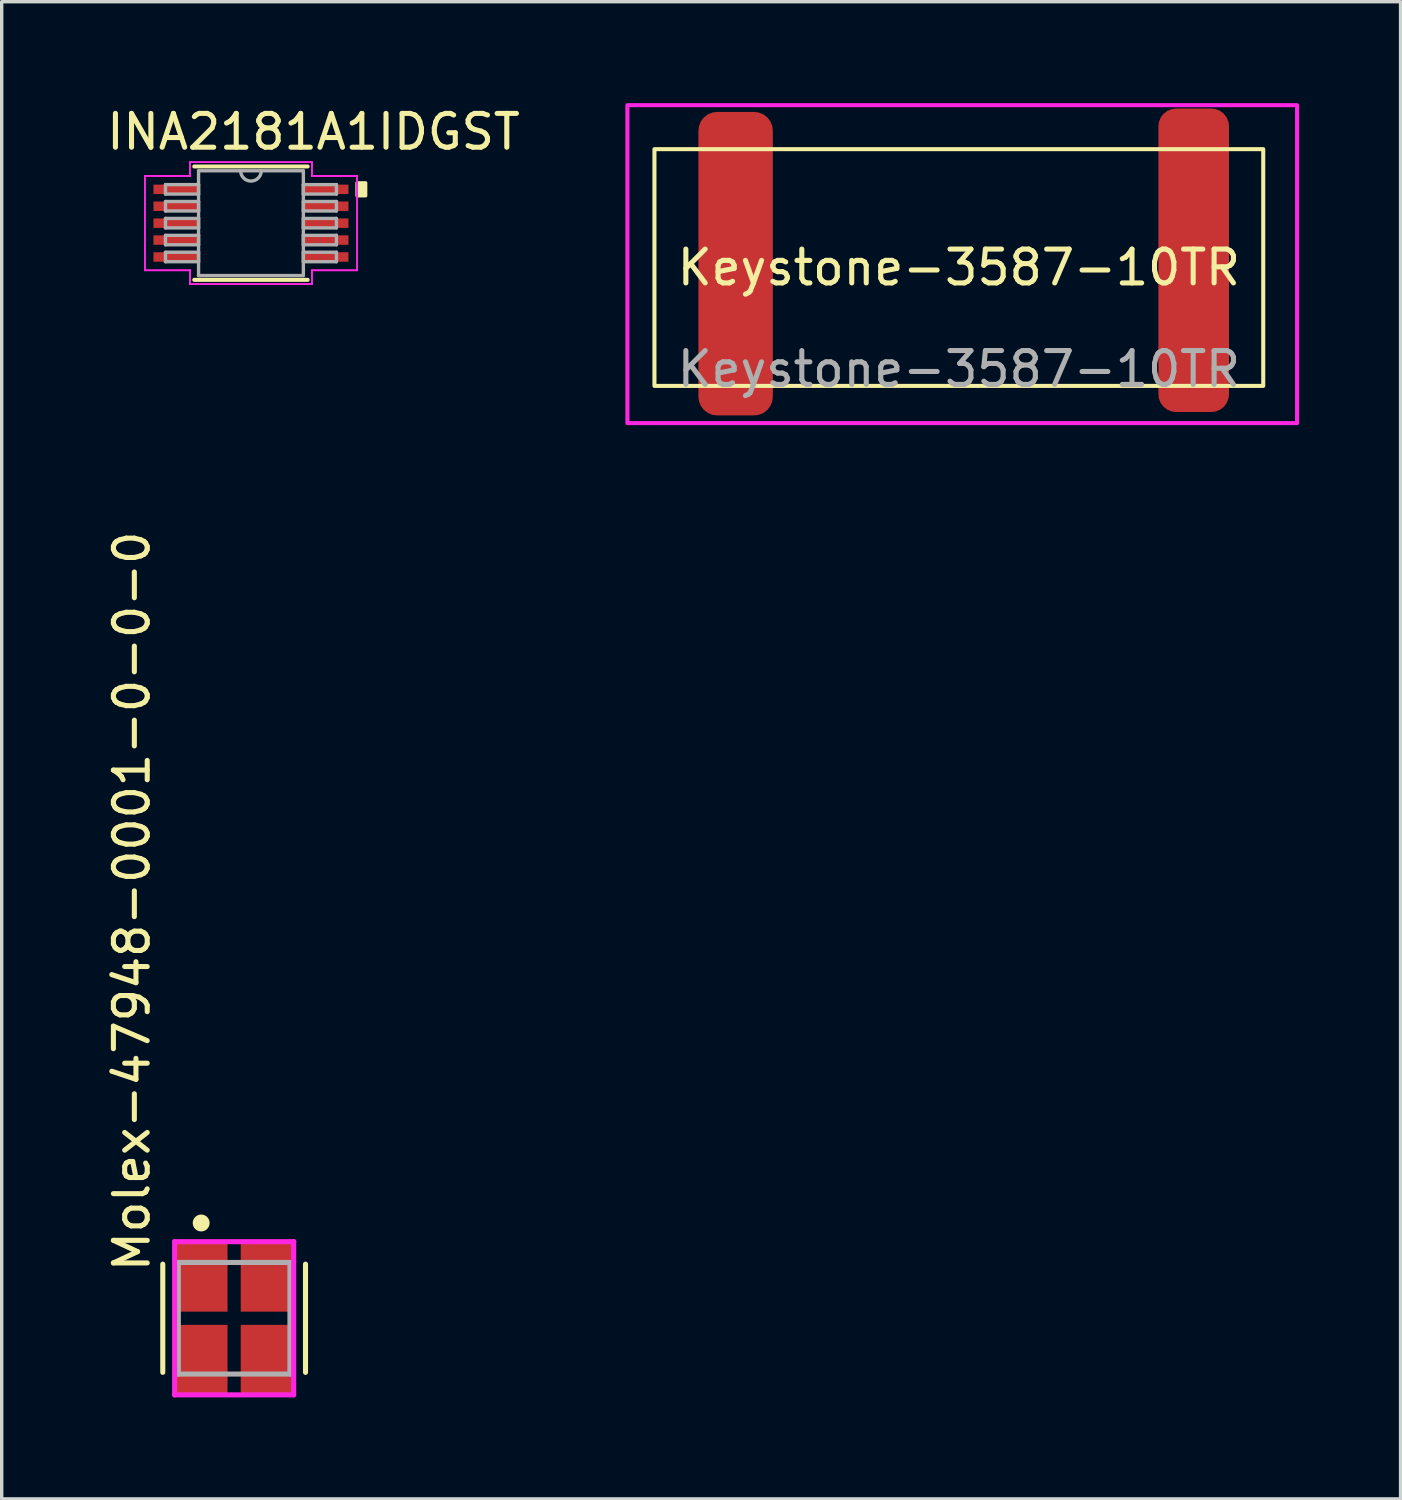
<source format=kicad_pcb>
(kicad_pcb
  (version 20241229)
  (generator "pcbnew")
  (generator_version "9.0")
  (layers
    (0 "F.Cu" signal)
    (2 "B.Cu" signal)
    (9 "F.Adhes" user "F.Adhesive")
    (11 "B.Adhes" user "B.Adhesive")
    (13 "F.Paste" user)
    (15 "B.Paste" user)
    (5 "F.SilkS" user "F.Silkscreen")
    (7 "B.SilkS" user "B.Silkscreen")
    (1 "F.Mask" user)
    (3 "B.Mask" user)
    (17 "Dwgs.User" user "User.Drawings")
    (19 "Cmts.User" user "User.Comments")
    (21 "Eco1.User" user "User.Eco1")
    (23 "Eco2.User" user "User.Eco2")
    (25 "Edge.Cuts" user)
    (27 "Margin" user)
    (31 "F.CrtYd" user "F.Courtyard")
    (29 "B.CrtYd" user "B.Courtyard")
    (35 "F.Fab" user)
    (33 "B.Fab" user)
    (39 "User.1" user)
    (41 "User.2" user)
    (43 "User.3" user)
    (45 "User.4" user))
  (footprint "Keystone-3587-10TR"
    (layer "F.Cu")
    (at 25.3 5.36)
    (property "Reference" "Keystone-3587-10TR" (at 0 -0.5 0) (unlocked yes) (layer "F.SilkS") (effects (font (size 1 1) (thickness 0.15))))
    (attr smd)
    (fp_rect (start -9 -4) (end 9 3) (stroke (width 0.12) (type solid)) (fill no) (layer "F.SilkS"))
    (fp_rect (start 10 4.1) (end -9.8 -5.3) (stroke (width 0.12) (type solid)) (fill no) (layer "F.CrtYd"))
    (fp_text user "${REFERENCE}" (at 0 2.5 0) (unlocked yes) (layer "F.Fab") (effects (font (size 1 1) (thickness 0.15))))
    (pad "1" smd roundrect (at -6.6 -0.614) (size 2.2 8.972) (layers "F.Cu" "F.Mask" "F.Paste") (roundrect_rratio 0.25))
    (pad "2" smd roundrect (at 6.944 -0.714) (size 2.087 8.972) (layers "F.Cu" "F.Mask" "F.Paste") (roundrect_rratio 0.25)))
  (footprint "INA2181A1IDGST"
    (layer "F.Cu")
    (at 4.37 3.548)
    (property "Reference" "INA2181A1IDGST" (at 1.85 -2.7 0) (layer "F.SilkS") (effects (font (size 1 1) (thickness 0.15))))
    (attr through_hole)
    (fp_line (start -1.676 1.676) (end 1.676 1.676) (stroke (width 0.12) (type solid)) (layer "F.SilkS"))
    (fp_line (start 1.676 -1.676) (end -1.676 -1.676) (stroke (width 0.12) (type solid)) (layer "F.SilkS"))
    (fp_poly (pts (xy 3.391 -1.191) (xy 3.391 -0.81) (xy 3.137 -0.81) (xy 3.137 -1.191)) (stroke (width 0.1) (type solid)) (fill yes) (layer "F.SilkS"))
    (fp_line (start -3.137 -1.394) (end -1.803 -1.394) (stroke (width 0.05) (type solid)) (layer "F.CrtYd"))
    (fp_line (start -3.137 -1.394) (end -1.803 -1.394) (stroke (width 0.05) (type solid)) (layer "F.CrtYd"))
    (fp_line (start -3.137 1.394) (end -3.137 -1.394) (stroke (width 0.05) (type solid)) (layer "F.CrtYd"))
    (fp_line (start -3.137 1.394) (end -3.137 -1.394) (stroke (width 0.05) (type solid)) (layer "F.CrtYd"))
    (fp_line (start -3.137 1.394) (end -1.803 1.394) (stroke (width 0.05) (type solid)) (layer "F.CrtYd"))
    (fp_line (start -1.803 -1.803) (end 1.803 -1.803) (stroke (width 0.05) (type solid)) (layer "F.CrtYd"))
    (fp_line (start -1.803 -1.803) (end 1.803 -1.803) (stroke (width 0.05) (type solid)) (layer "F.CrtYd"))
    (fp_line (start -1.803 -1.394) (end -1.803 -1.803) (stroke (width 0.05) (type solid)) (layer "F.CrtYd"))
    (fp_line (start -1.803 -1.394) (end -1.803 -1.803) (stroke (width 0.05) (type solid)) (layer "F.CrtYd"))
    (fp_line (start -1.803 1.394) (end -3.137 1.394) (stroke (width 0.05) (type solid)) (layer "F.CrtYd"))
    (fp_line (start -1.803 1.803) (end -1.803 1.394) (stroke (width 0.05) (type solid)) (layer "F.CrtYd"))
    (fp_line (start -1.803 1.803) (end -1.803 1.394) (stroke (width 0.05) (type solid)) (layer "F.CrtYd"))
    (fp_line (start 1.803 -1.803) (end 1.803 -1.394) (stroke (width 0.05) (type solid)) (layer "F.CrtYd"))
    (fp_line (start 1.803 -1.803) (end 1.803 -1.394) (stroke (width 0.05) (type solid)) (layer "F.CrtYd"))
    (fp_line (start 1.803 -1.394) (end 3.137 -1.394) (stroke (width 0.05) (type solid)) (layer "F.CrtYd"))
    (fp_line (start 1.803 1.394) (end 1.803 1.803) (stroke (width 0.05) (type solid)) (layer "F.CrtYd"))
    (fp_line (start 1.803 1.394) (end 1.803 1.803) (stroke (width 0.05) (type solid)) (layer "F.CrtYd"))
    (fp_line (start 1.803 1.803) (end -1.803 1.803) (stroke (width 0.05) (type solid)) (layer "F.CrtYd"))
    (fp_line (start 1.803 1.803) (end -1.803 1.803) (stroke (width 0.05) (type solid)) (layer "F.CrtYd"))
    (fp_line (start 3.137 -1.394) (end 1.803 -1.394) (stroke (width 0.05) (type solid)) (layer "F.CrtYd"))
    (fp_line (start 3.137 -1.394) (end 3.137 1.394) (stroke (width 0.05) (type solid)) (layer "F.CrtYd"))
    (fp_line (start 3.137 -1.394) (end 3.137 1.394) (stroke (width 0.05) (type solid)) (layer "F.CrtYd"))
    (fp_line (start 3.137 1.394) (end 1.803 1.394) (stroke (width 0.05) (type solid)) (layer "F.CrtYd"))
    (fp_line (start 3.137 1.394) (end 1.803 1.394) (stroke (width 0.05) (type solid)) (layer "F.CrtYd"))
    (fp_line (start -2.527 -1.14) (end -2.527 -0.86) (stroke (width 0.1) (type solid)) (layer "F.Fab"))
    (fp_line (start -2.527 -0.86) (end -1.549 -0.86) (stroke (width 0.1) (type solid)) (layer "F.Fab"))
    (fp_line (start -2.527 -0.64) (end -2.527 -0.36) (stroke (width 0.1) (type solid)) (layer "F.Fab"))
    (fp_line (start -2.527 -0.36) (end -1.549 -0.36) (stroke (width 0.1) (type solid)) (layer "F.Fab"))
    (fp_line (start -2.527 -0.14) (end -2.527 0.14) (stroke (width 0.1) (type solid)) (layer "F.Fab"))
    (fp_line (start -2.527 0.14) (end -1.549 0.14) (stroke (width 0.1) (type solid)) (layer "F.Fab"))
    (fp_line (start -2.527 0.36) (end -2.527 0.64) (stroke (width 0.1) (type solid)) (layer "F.Fab"))
    (fp_line (start -2.527 0.64) (end -1.549 0.64) (stroke (width 0.1) (type solid)) (layer "F.Fab"))
    (fp_line (start -2.527 0.86) (end -2.527 1.14) (stroke (width 0.1) (type solid)) (layer "F.Fab"))
    (fp_line (start -2.527 1.14) (end -1.549 1.14) (stroke (width 0.1) (type solid)) (layer "F.Fab"))
    (fp_line (start -1.549 -1.549) (end -1.549 1.549) (stroke (width 0.1) (type solid)) (layer "F.Fab"))
    (fp_line (start -1.549 -1.14) (end -2.527 -1.14) (stroke (width 0.1) (type solid)) (layer "F.Fab"))
    (fp_line (start -1.549 -0.86) (end -1.549 -1.14) (stroke (width 0.1) (type solid)) (layer "F.Fab"))
    (fp_line (start -1.549 -0.64) (end -2.527 -0.64) (stroke (width 0.1) (type solid)) (layer "F.Fab"))
    (fp_line (start -1.549 -0.36) (end -1.549 -0.64) (stroke (width 0.1) (type solid)) (layer "F.Fab"))
    (fp_line (start -1.549 -0.14) (end -2.527 -0.14) (stroke (width 0.1) (type solid)) (layer "F.Fab"))
    (fp_line (start -1.549 0.14) (end -1.549 -0.14) (stroke (width 0.1) (type solid)) (layer "F.Fab"))
    (fp_line (start -1.549 0.36) (end -2.527 0.36) (stroke (width 0.1) (type solid)) (layer "F.Fab"))
    (fp_line (start -1.549 0.64) (end -1.549 0.36) (stroke (width 0.1) (type solid)) (layer "F.Fab"))
    (fp_line (start -1.549 0.86) (end -2.527 0.86) (stroke (width 0.1) (type solid)) (layer "F.Fab"))
    (fp_line (start -1.549 1.14) (end -1.549 0.86) (stroke (width 0.1) (type solid)) (layer "F.Fab"))
    (fp_line (start -1.549 1.549) (end 1.549 1.549) (stroke (width 0.1) (type solid)) (layer "F.Fab"))
    (fp_line (start 1.549 -1.549) (end -1.549 -1.549) (stroke (width 0.1) (type solid)) (layer "F.Fab"))
    (fp_line (start 1.549 -1.14) (end 1.549 -0.86) (stroke (width 0.1) (type solid)) (layer "F.Fab"))
    (fp_line (start 1.549 -0.86) (end 2.527 -0.86) (stroke (width 0.1) (type solid)) (layer "F.Fab"))
    (fp_line (start 1.549 -0.64) (end 1.549 -0.36) (stroke (width 0.1) (type solid)) (layer "F.Fab"))
    (fp_line (start 1.549 -0.36) (end 2.527 -0.36) (stroke (width 0.1) (type solid)) (layer "F.Fab"))
    (fp_line (start 1.549 -0.14) (end 1.549 0.14) (stroke (width 0.1) (type solid)) (layer "F.Fab"))
    (fp_line (start 1.549 0.14) (end 2.527 0.14) (stroke (width 0.1) (type solid)) (layer "F.Fab"))
    (fp_line (start 1.549 0.36) (end 1.549 0.64) (stroke (width 0.1) (type solid)) (layer "F.Fab"))
    (fp_line (start 1.549 0.64) (end 2.527 0.64) (stroke (width 0.1) (type solid)) (layer "F.Fab"))
    (fp_line (start 1.549 0.86) (end 1.549 1.14) (stroke (width 0.1) (type solid)) (layer "F.Fab"))
    (fp_line (start 1.549 1.14) (end 2.527 1.14) (stroke (width 0.1) (type solid)) (layer "F.Fab"))
    (fp_line (start 1.549 1.549) (end 1.549 -1.549) (stroke (width 0.1) (type solid)) (layer "F.Fab"))
    (fp_line (start 2.527 -1.14) (end 1.549 -1.14) (stroke (width 0.1) (type solid)) (layer "F.Fab"))
    (fp_line (start 2.527 -0.86) (end 2.527 -1.14) (stroke (width 0.1) (type solid)) (layer "F.Fab"))
    (fp_line (start 2.527 -0.64) (end 1.549 -0.64) (stroke (width 0.1) (type solid)) (layer "F.Fab"))
    (fp_line (start 2.527 -0.36) (end 2.527 -0.64) (stroke (width 0.1) (type solid)) (layer "F.Fab"))
    (fp_line (start 2.527 -0.14) (end 1.549 -0.14) (stroke (width 0.1) (type solid)) (layer "F.Fab"))
    (fp_line (start 2.527 0.14) (end 2.527 -0.14) (stroke (width 0.1) (type solid)) (layer "F.Fab"))
    (fp_line (start 2.527 0.36) (end 1.549 0.36) (stroke (width 0.1) (type solid)) (layer "F.Fab"))
    (fp_line (start 2.527 0.64) (end 2.527 0.36) (stroke (width 0.1) (type solid)) (layer "F.Fab"))
    (fp_line (start 2.527 0.86) (end 1.549 0.86) (stroke (width 0.1) (type solid)) (layer "F.Fab"))
    (fp_line (start 2.527 1.14) (end 2.527 0.86) (stroke (width 0.1) (type solid)) (layer "F.Fab"))
    (fp_arc (start 0.3048 -1.5494) (mid 0 -1.2446) (end -0.3048 -1.5494) (stroke (width 0.1) (type solid)) (layer "F.Fab"))
    (pad "1" smd rect (at -2.216 -1) (size 1.333 0.279) (layers "F.Cu" "F.Mask" "F.Paste"))
    (pad "2" smd rect (at -2.216 -0.5) (size 1.333 0.279) (layers "F.Cu" "F.Mask" "F.Paste"))
    (pad "3" smd rect (at -2.216 0) (size 1.333 0.279) (layers "F.Cu" "F.Mask" "F.Paste"))
    (pad "4" smd rect (at -2.216 0.5) (size 1.333 0.279) (layers "F.Cu" "F.Mask" "F.Paste"))
    (pad "5" smd rect (at -2.216 1) (size 1.333 0.279) (layers "F.Cu" "F.Mask" "F.Paste"))
    (pad "6" smd rect (at 2.216 1) (size 1.333 0.279) (layers "F.Cu" "F.Mask" "F.Paste"))
    (pad "7" smd rect (at 2.216 0.5) (size 1.333 0.279) (layers "F.Cu" "F.Mask" "F.Paste"))
    (pad "8" smd rect (at 2.216 0) (size 1.333 0.279) (layers "F.Cu" "F.Mask" "F.Paste"))
    (pad "9" smd rect (at 2.216 -0.5) (size 1.333 0.279) (layers "F.Cu" "F.Mask" "F.Paste"))
    (pad "10" smd rect (at 2.216 -1) (size 1.333 0.279) (layers "F.Cu" "F.Mask" "F.Paste")))
  (footprint "Molex-47948-0001-0-0-0"
    (layer "F.Cu")
    (at 3.873 35.927)
    (property "Reference" "Molex-47948-0001-0-0-0" (at -3.025 -1.3 270) (layer "F.SilkS") (effects (font (size 1 1) (thickness 0.15)) (justify left)))
    (attr through_hole)
    (fp_line (start -2.11 -1.6) (end -2.11 1.6) (stroke (width 0.15) (type solid)) (layer "F.SilkS"))
    (fp_line (start 2.11 -1.6) (end 2.11 1.6) (stroke (width 0.15) (type solid)) (layer "F.SilkS"))
    (fp_circle (center -0.975 -2.817) (end -0.85 -2.817) (stroke (width 0.25) (type solid)) (fill no) (layer "F.SilkS"))
    (fp_line (start -1.76 -2.265) (end -1.76 2.265) (stroke (width 0.15) (type solid)) (layer "F.CrtYd"))
    (fp_line (start -1.76 2.265) (end 1.76 2.265) (stroke (width 0.15) (type solid)) (layer "F.CrtYd"))
    (fp_line (start 1.76 -2.265) (end -1.76 -2.265) (stroke (width 0.15) (type solid)) (layer "F.CrtYd"))
    (fp_line (start 1.76 -2.265) (end 1.76 -2.265) (stroke (width 0.15) (type solid)) (layer "F.CrtYd"))
    (fp_line (start 1.76 2.265) (end 1.76 -2.265) (stroke (width 0.15) (type solid)) (layer "F.CrtYd"))
    (fp_line (start -1.65 -1.65) (end 1.65 -1.65) (stroke (width 0.15) (type solid)) (layer "F.Fab"))
    (fp_line (start -1.65 1.65) (end -1.65 -1.65) (stroke (width 0.15) (type solid)) (layer "F.Fab"))
    (fp_line (start 1.65 -1.65) (end 1.65 1.65) (stroke (width 0.15) (type solid)) (layer "F.Fab"))
    (fp_line (start 1.65 1.65) (end -1.65 1.65) (stroke (width 0.15) (type solid)) (layer "F.Fab"))
    (pad "1" smd rect (at -0.965 -1.218) (size 1.54 2.045) (layers "F.Cu" "F.Mask" "F.Paste"))
    (pad "2" smd rect (at 0.965 -1.218) (size 1.54 2.045) (layers "F.Cu" "F.Mask" "F.Paste"))
    (pad "3" smd rect (at -0.965 1.218) (size 1.54 2.045) (layers "F.Cu" "F.Mask" "F.Paste"))
    (pad "4" smd rect (at 0.965 1.218) (size 1.54 2.045) (layers "F.Cu" "F.Mask" "F.Paste")))
  (gr_rect
    (start -3 -3)
    (end 38.36 41.267)
    (stroke (width 0.1) (type default))
    (fill no)
    (layer "Edge.Cuts")))
</source>
